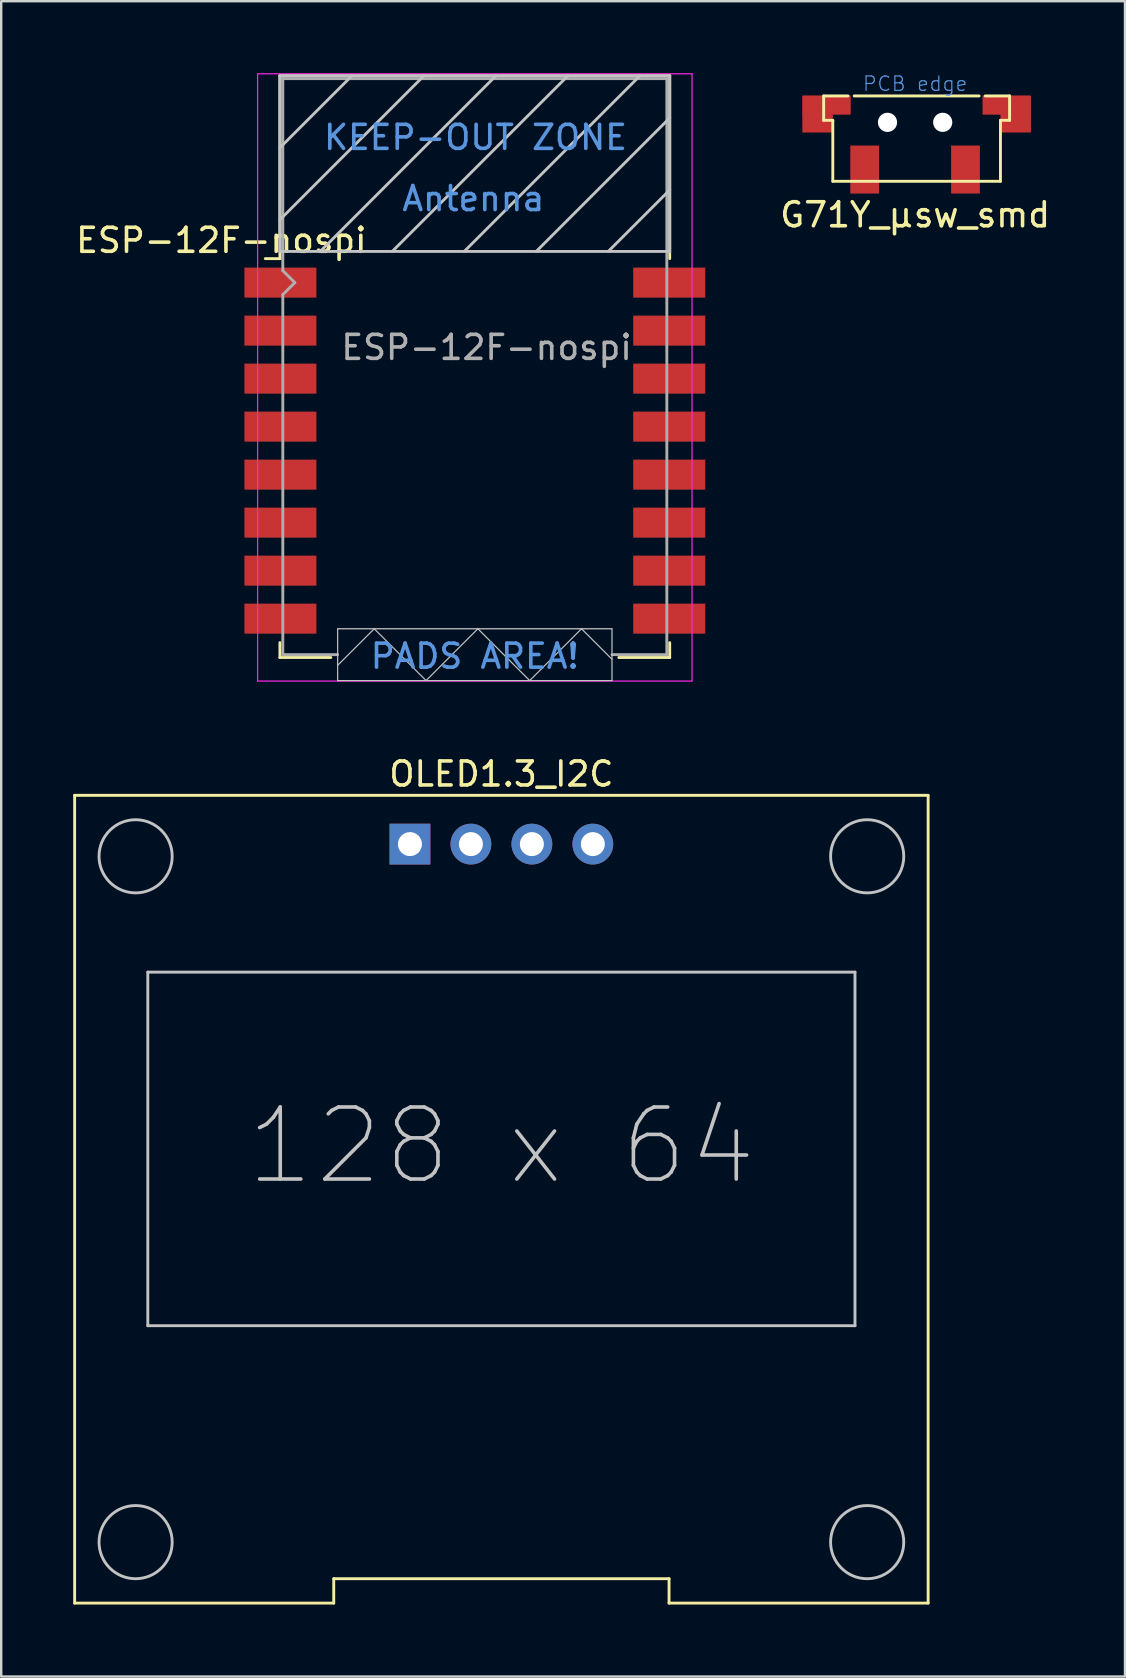
<source format=kicad_pcb>
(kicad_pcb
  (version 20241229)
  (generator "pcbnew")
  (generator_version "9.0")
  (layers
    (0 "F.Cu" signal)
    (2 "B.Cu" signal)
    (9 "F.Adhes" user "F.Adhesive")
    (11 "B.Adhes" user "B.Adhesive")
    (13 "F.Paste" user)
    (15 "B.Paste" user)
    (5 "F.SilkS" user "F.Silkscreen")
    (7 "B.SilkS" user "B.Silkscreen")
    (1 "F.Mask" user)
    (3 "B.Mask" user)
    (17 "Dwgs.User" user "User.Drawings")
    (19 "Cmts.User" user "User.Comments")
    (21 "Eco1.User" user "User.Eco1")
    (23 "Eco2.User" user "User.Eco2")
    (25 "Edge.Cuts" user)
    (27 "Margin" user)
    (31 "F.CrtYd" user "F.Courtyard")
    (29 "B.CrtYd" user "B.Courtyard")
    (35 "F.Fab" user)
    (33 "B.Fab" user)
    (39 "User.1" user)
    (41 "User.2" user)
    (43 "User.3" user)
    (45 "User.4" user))
  (footprint "G71Y_µsw_smd"
    (layer "F.Cu")
    (at 35.204 0.947)
    (property "Reference" "G71Y_µsw_smd" (at -0.127 4.953 180) (layer "F.SilkS") (effects (font (size 1 1) (thickness 0.15))))
    (attr through_hole)
    (fp_line (start -3.937 0) (end -2.921 0) (stroke (width 0.12) (type solid)) (layer "F.SilkS"))
    (fp_line (start -3.937 1.016) (end -3.937 0) (stroke (width 0.12) (type solid)) (layer "F.SilkS"))
    (fp_line (start -3.556 1.016) (end -3.937 1.016) (stroke (width 0.12) (type solid)) (layer "F.SilkS"))
    (fp_line (start -3.556 3.556) (end -3.556 1.016) (stroke (width 0.12) (type solid)) (layer "F.SilkS"))
    (fp_line (start -2.667 0) (end 2.54 0) (stroke (width 0.12) (type solid)) (layer "F.SilkS"))
    (fp_line (start 2.794 0) (end 3.81 0) (stroke (width 0.12) (type solid)) (layer "F.SilkS"))
    (fp_line (start 3.429 1.016) (end 3.429 3.556) (stroke (width 0.12) (type solid)) (layer "F.SilkS"))
    (fp_line (start 3.429 3.556) (end -3.556 3.556) (stroke (width 0.12) (type solid)) (layer "F.SilkS"))
    (fp_line (start 3.81 0) (end 3.81 1.016) (stroke (width 0.12) (type solid)) (layer "F.SilkS"))
    (fp_line (start 3.81 1.016) (end 3.429 1.016) (stroke (width 0.12) (type solid)) (layer "F.SilkS"))
    (fp_text user "PCB edge" (at -0.127 -0.508 0) (layer "Cmts.User") (effects (font (size 0.6 0.6) (thickness 0.05))))
    (pad "" np_thru_hole circle (at -1.277 1.1) (size 0.8 0.8) (drill 0.8) (layers "*.Cu"))
    (pad "" np_thru_hole circle (at 1.023 1.1) (size 0.8 0.8) (drill 0.8) (layers "*.Cu"))
    (pad "1" smd rect (at -2.227 2.667) (size 1.2 2) (drill (offset 0 0.4)) (layers "F.Cu" "F.Mask" "F.Paste"))
    (pad "2" smd rect (at 1.973 2.667) (size 1.2 2) (drill (offset 0 0.4)) (layers "F.Cu" "F.Mask" "F.Paste"))
    (pad "3" smd rect (at -4.191 0.762) (size 1.27 1.524) (layers "F.Cu" "F.Mask" "F.Paste"))
    (pad "3" smd rect (at -3.81 0.381) (size 2 0.8) (layers "F.Cu" "F.Mask" "F.Paste"))
    (pad "3" smd rect (at 3.683 0.381) (size 2 0.8) (layers "F.Cu" "F.Mask" "F.Paste"))
    (pad "3" smd rect (at 4.064 0.762) (size 1.27 1.524) (layers "F.Cu" "F.Mask" "F.Paste")))
  (footprint "ESP-12F-nospi"
    (layer "F.Cu")
    (at 16.733 12.225)
    (property "Reference" "ESP-12F-nospi" (at -10.56 -5.26 0) (layer "F.SilkS") (effects (font (size 1 1) (thickness 0.15))))
    (attr smd)
    (fp_line (start -8.12 -12.12) (end 8.12 -12.12) (stroke (width 0.12) (type solid)) (layer "F.SilkS"))
    (fp_line (start -8.12 -4.5) (end -8.73 -4.5) (stroke (width 0.12) (type solid)) (layer "F.SilkS"))
    (fp_line (start -8.12 -4.5) (end -8.12 -12.12) (stroke (width 0.12) (type solid)) (layer "F.SilkS"))
    (fp_line (start -8.12 12.12) (end -8.12 11.5) (stroke (width 0.12) (type solid)) (layer "F.SilkS"))
    (fp_line (start -6 12.12) (end -8.12 12.12) (stroke (width 0.12) (type solid)) (layer "F.SilkS"))
    (fp_line (start 8.12 -12.12) (end 8.12 -4.5) (stroke (width 0.12) (type solid)) (layer "F.SilkS"))
    (fp_line (start 8.12 11.5) (end 8.12 12.12) (stroke (width 0.12) (type solid)) (layer "F.SilkS"))
    (fp_line (start 8.12 12.12) (end 6 12.12) (stroke (width 0.12) (type solid)) (layer "F.SilkS"))
    (fp_line (start -8.12 -12.12) (end 8.12 -12.12) (stroke (width 0.12) (type solid)) (layer "Dwgs.User"))
    (fp_line (start -8.12 -9.12) (end -5.12 -12.12) (stroke (width 0.12) (type solid)) (layer "Dwgs.User"))
    (fp_line (start -8.12 -6.12) (end -2.12 -12.12) (stroke (width 0.12) (type solid)) (layer "Dwgs.User"))
    (fp_line (start -8.12 -4.8) (end -8.12 -12.12) (stroke (width 0.12) (type solid)) (layer "Dwgs.User"))
    (fp_line (start -6.44 -4.8) (end 0.88 -12.12) (stroke (width 0.12) (type solid)) (layer "Dwgs.User"))
    (fp_line (start -5.715 10.922) (end 5.715 10.922) (stroke (width 0.05) (type solid)) (layer "Dwgs.User"))
    (fp_line (start -5.715 12.446) (end -4.191 10.922) (stroke (width 0.05) (type solid)) (layer "Dwgs.User"))
    (fp_line (start -5.715 13.081) (end -5.715 10.922) (stroke (width 0.05) (type solid)) (layer "Dwgs.User"))
    (fp_line (start -4.191 10.922) (end -2.032 13.081) (stroke (width 0.05) (type solid)) (layer "Dwgs.User"))
    (fp_line (start -3.44 -4.8) (end 3.88 -12.12) (stroke (width 0.12) (type solid)) (layer "Dwgs.User"))
    (fp_line (start -2.032 13.081) (end 0.127 10.922) (stroke (width 0.05) (type solid)) (layer "Dwgs.User"))
    (fp_line (start -0.44 -4.8) (end 6.88 -12.12) (stroke (width 0.12) (type solid)) (layer "Dwgs.User"))
    (fp_line (start 0.127 10.922) (end 2.286 13.081) (stroke (width 0.05) (type solid)) (layer "Dwgs.User"))
    (fp_line (start 2.286 13.081) (end 4.445 10.922) (stroke (width 0.05) (type solid)) (layer "Dwgs.User"))
    (fp_line (start 2.56 -4.8) (end 8.12 -10.36) (stroke (width 0.12) (type solid)) (layer "Dwgs.User"))
    (fp_line (start 4.445 10.922) (end 5.715 12.192) (stroke (width 0.05) (type solid)) (layer "Dwgs.User"))
    (fp_line (start 5.56 -4.8) (end 8.12 -7.36) (stroke (width 0.12) (type solid)) (layer "Dwgs.User"))
    (fp_line (start 5.715 10.922) (end 5.715 13.081) (stroke (width 0.05) (type solid)) (layer "Dwgs.User"))
    (fp_line (start 5.715 13.081) (end -5.715 13.081) (stroke (width 0.05) (type solid)) (layer "Dwgs.User"))
    (fp_line (start 8.12 -12.12) (end 8.12 -4.8) (stroke (width 0.12) (type solid)) (layer "Dwgs.User"))
    (fp_line (start 8.12 -4.8) (end -8.12 -4.8) (stroke (width 0.12) (type solid)) (layer "Dwgs.User"))
    (fp_line (start -9.05 -12.2) (end 9.05 -12.2) (stroke (width 0.05) (type solid)) (layer "F.CrtYd"))
    (fp_line (start -9.05 13.1) (end -9.05 -12.2) (stroke (width 0.05) (type solid)) (layer "F.CrtYd"))
    (fp_line (start 9.05 -12.2) (end 9.05 13.1) (stroke (width 0.05) (type solid)) (layer "F.CrtYd"))
    (fp_line (start 9.05 13.1) (end -9.05 13.1) (stroke (width 0.05) (type solid)) (layer "F.CrtYd"))
    (fp_line (start -8 -12) (end 8 -12) (stroke (width 0.12) (type solid)) (layer "F.Fab"))
    (fp_line (start -8 -4) (end -8 -12) (stroke (width 0.12) (type solid)) (layer "F.Fab"))
    (fp_line (start -8 -3) (end -7.5 -3.5) (stroke (width 0.12) (type solid)) (layer "F.Fab"))
    (fp_line (start -8 12) (end -8 -3) (stroke (width 0.12) (type solid)) (layer "F.Fab"))
    (fp_line (start -7.5 -3.5) (end -8 -4) (stroke (width 0.12) (type solid)) (layer "F.Fab"))
    (fp_line (start -5.715 12) (end -8 12) (stroke (width 0.12) (type solid)) (layer "F.Fab"))
    (fp_line (start 8 -12) (end 8 12) (stroke (width 0.12) (type solid)) (layer "F.Fab"))
    (fp_line (start 8.001 12) (end 5.716 12) (stroke (width 0.12) (type solid)) (layer "F.Fab"))
    (fp_text user "KEEP-OUT ZONE" (at 0.03 -9.55 180) (layer "Cmts.User") (effects (font (size 1 1) (thickness 0.15))))
    (fp_text user "Antenna" (at -0.06 -7 180) (layer "Cmts.User") (effects (font (size 1 1) (thickness 0.15))))
    (fp_text user "PADS AREA!" (at 0 12.065 0) (layer "Cmts.User") (effects (font (size 1 1) (thickness 0.15))))
    (fp_text user "${REFERENCE}" (at 0.49 -0.8 0) (layer "F.Fab") (effects (font (size 1 1) (thickness 0.15))))
    (pad "1" smd rect (at -7.6 -3.5) (size 3 1.25) (drill (offset -0.5 0)) (layers "F.Cu" "F.Mask" "F.Paste"))
    (pad "2" smd rect (at -7.6 -1.5) (size 3 1.25) (drill (offset -0.5 0)) (layers "F.Cu" "F.Mask" "F.Paste"))
    (pad "3" smd rect (at -7.6 0.5) (size 3 1.25) (drill (offset -0.5 0)) (layers "F.Cu" "F.Mask" "F.Paste"))
    (pad "4" smd rect (at -7.6 2.5) (size 3 1.25) (drill (offset -0.5 0)) (layers "F.Cu" "F.Mask" "F.Paste"))
    (pad "5" smd rect (at -7.6 4.5) (size 3 1.25) (drill (offset -0.5 0)) (layers "F.Cu" "F.Mask" "F.Paste"))
    (pad "6" smd rect (at -7.6 6.5) (size 3 1.25) (drill (offset -0.5 0)) (layers "F.Cu" "F.Mask" "F.Paste"))
    (pad "7" smd rect (at -7.6 8.5) (size 3 1.25) (drill (offset -0.5 0)) (layers "F.Cu" "F.Mask" "F.Paste"))
    (pad "8" smd rect (at -7.6 10.5) (size 3 1.25) (drill (offset -0.5 0)) (layers "F.Cu" "F.Mask" "F.Paste"))
    (pad "15" smd rect (at 7.6 10.5) (size 3 1.25) (drill (offset 0.5 0)) (layers "F.Cu" "F.Mask" "F.Paste"))
    (pad "16" smd rect (at 7.6 8.5) (size 3 1.25) (drill (offset 0.5 0)) (layers "F.Cu" "F.Mask" "F.Paste"))
    (pad "17" smd rect (at 7.6 6.5) (size 3 1.25) (drill (offset 0.5 0)) (layers "F.Cu" "F.Mask" "F.Paste"))
    (pad "18" smd rect (at 7.6 4.5) (size 3 1.25) (drill (offset 0.5 0)) (layers "F.Cu" "F.Mask" "F.Paste"))
    (pad "19" smd rect (at 7.6 2.5) (size 3 1.25) (drill (offset 0.5 0)) (layers "F.Cu" "F.Mask" "F.Paste"))
    (pad "20" smd rect (at 7.6 0.5) (size 3 1.25) (drill (offset 0.5 0)) (layers "F.Cu" "F.Mask" "F.Paste"))
    (pad "21" smd rect (at 7.6 -1.5) (size 3 1.25) (drill (offset 0.5 0)) (layers "F.Cu" "F.Mask" "F.Paste"))
    (pad "22" smd rect (at 7.6 -3.5) (size 3 1.25) (drill (offset 0.5 0)) (layers "F.Cu" "F.Mask" "F.Paste")))
  (footprint "OLED1.3_I2C"
    (layer "F.Cu")
    (at 17.84 46.978)
    (property "Reference" "OLED1.3_I2C" (at 0 -17.78 0) (layer "F.SilkS") (effects (font (size 1 1) (thickness 0.15))))
    (attr through_hole)
    (fp_line (start -17.78 -16.891) (end 17.78 -16.891) (stroke (width 0.12) (type solid)) (layer "F.SilkS"))
    (fp_line (start -17.78 16.764) (end -17.78 -16.891) (stroke (width 0.12) (type solid)) (layer "F.SilkS"))
    (fp_line (start -6.985 15.748) (end 6.985 15.748) (stroke (width 0.12) (type solid)) (layer "F.SilkS"))
    (fp_line (start -6.985 16.764) (end -17.78 16.764) (stroke (width 0.12) (type solid)) (layer "F.SilkS"))
    (fp_line (start -6.985 16.764) (end -6.985 15.748) (stroke (width 0.12) (type solid)) (layer "F.SilkS"))
    (fp_line (start 6.985 15.748) (end 6.985 16.764) (stroke (width 0.12) (type solid)) (layer "F.SilkS"))
    (fp_line (start 6.985 16.764) (end 17.78 16.764) (stroke (width 0.12) (type solid)) (layer "F.SilkS"))
    (fp_line (start 17.78 -16.891) (end 17.78 16.764) (stroke (width 0.12) (type solid)) (layer "F.SilkS"))
    (fp_line (start -14.732 -9.525) (end 14.732 -9.525) (stroke (width 0.12) (type solid)) (layer "Dwgs.User"))
    (fp_line (start -14.732 5.207) (end -14.732 -9.525) (stroke (width 0.12) (type solid)) (layer "Dwgs.User"))
    (fp_line (start 14.732 -9.525) (end 14.732 5.207) (stroke (width 0.12) (type solid)) (layer "Dwgs.User"))
    (fp_line (start 14.732 5.207) (end -14.732 5.207) (stroke (width 0.12) (type solid)) (layer "Dwgs.User"))
    (fp_circle (center -15.24 -14.351) (end -13.716 -14.351) (stroke (width 0.12) (type solid)) (fill no) (layer "Dwgs.User"))
    (fp_circle (center -15.24 14.224) (end -13.716 14.224) (stroke (width 0.12) (type solid)) (fill no) (layer "Dwgs.User"))
    (fp_circle (center 15.24 -14.351) (end 16.764 -14.351) (stroke (width 0.12) (type solid)) (fill no) (layer "Dwgs.User"))
    (fp_circle (center 15.24 14.224) (end 16.764 14.224) (stroke (width 0.12) (type solid)) (fill no) (layer "Dwgs.User"))
    (fp_text user "128 x 64" (at 0 -2.286 0) (layer "Dwgs.User") (effects (font (size 3 3) (thickness 0.15))))
    (pad "1" thru_hole rect (at -3.81 -14.859) (size 1.7 1.7) (drill 1) (layers "*.Cu" "*.Mask"))
    (pad "2" thru_hole circle (at -1.27 -14.859) (size 1.7 1.7) (drill 1) (layers "*.Cu" "*.Mask"))
    (pad "3" thru_hole circle (at 1.27 -14.859) (size 1.7 1.7) (drill 1) (layers "*.Cu" "*.Mask"))
    (pad "4" thru_hole circle (at 3.81 -14.859 270) (size 1.7 1.7) (drill 1) (layers "*.Cu" "*.Mask")))
  (gr_rect
    (start -3 -3)
    (end 43.821 66.802)
    (stroke (width 0.1) (type default))
    (fill no)
    (layer "Edge.Cuts")))
</source>
